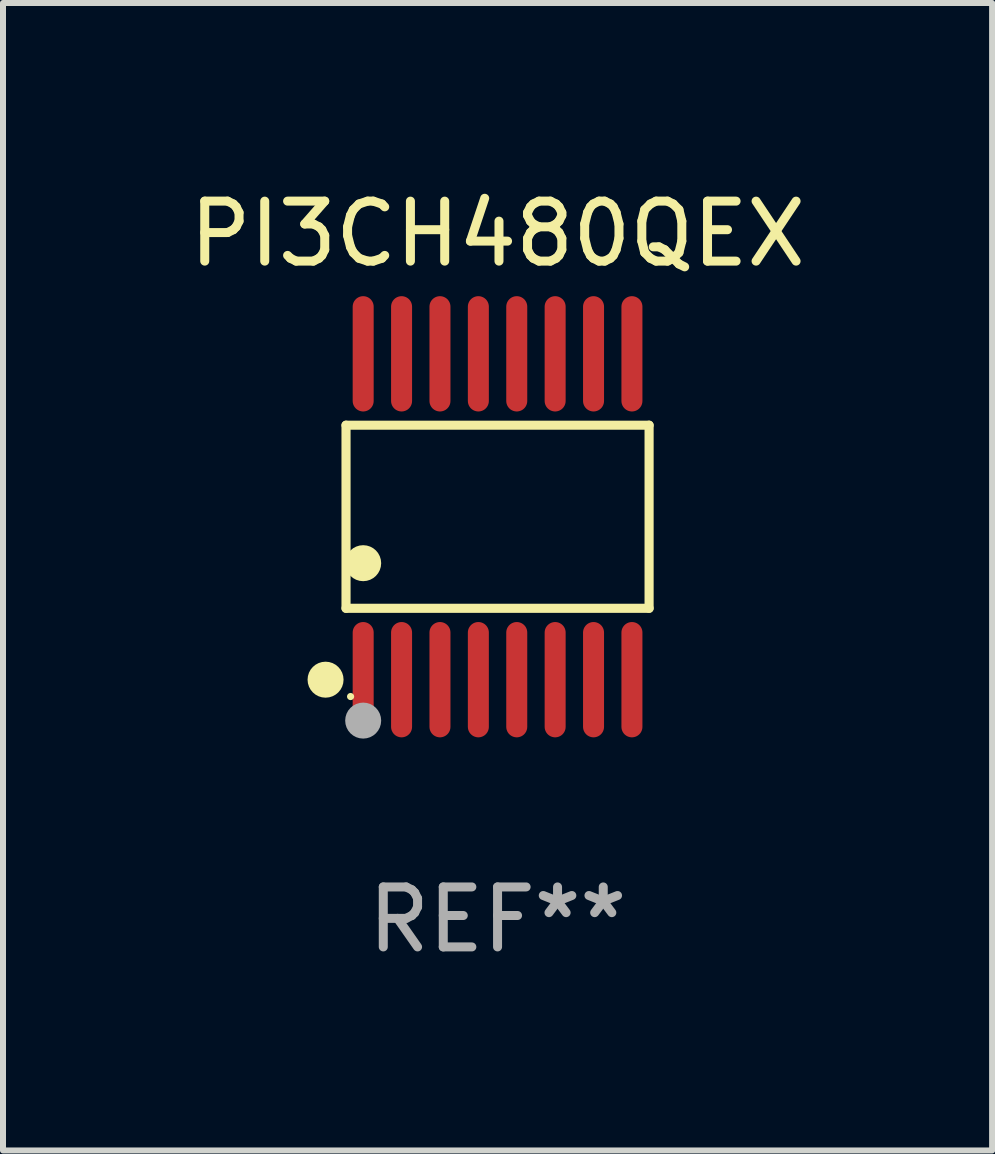
<source format=kicad_pcb>
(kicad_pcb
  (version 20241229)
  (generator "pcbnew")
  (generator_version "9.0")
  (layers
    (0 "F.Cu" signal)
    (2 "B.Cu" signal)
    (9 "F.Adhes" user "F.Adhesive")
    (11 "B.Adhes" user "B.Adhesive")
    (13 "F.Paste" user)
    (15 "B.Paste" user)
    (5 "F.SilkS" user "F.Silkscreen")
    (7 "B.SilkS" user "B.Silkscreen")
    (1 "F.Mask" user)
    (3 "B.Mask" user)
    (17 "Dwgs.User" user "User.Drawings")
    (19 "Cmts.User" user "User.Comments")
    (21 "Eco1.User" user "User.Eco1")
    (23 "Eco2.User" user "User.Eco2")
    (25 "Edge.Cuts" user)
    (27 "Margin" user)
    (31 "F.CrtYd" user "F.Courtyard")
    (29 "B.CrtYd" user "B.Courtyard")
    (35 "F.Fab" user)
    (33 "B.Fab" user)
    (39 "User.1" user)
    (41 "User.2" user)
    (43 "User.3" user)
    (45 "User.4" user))
  (footprint "PI3CH480QEX"
    (layer "F.Cu")
    (at 5.244 5.564)
    (property "Reference" "PI3CH480QEX" (at 0 -4.716 0) (layer "F.SilkS") (effects (font (size 1 1) (thickness 0.15))))
    (attr through_hole)
    (fp_line (start -2.526 -1.526) (end 2.526 -1.526) (stroke (width 0.152) (type solid)) (layer "F.SilkS"))
    (fp_line (start -2.526 1.526) (end -2.526 -1.526) (stroke (width 0.152) (type solid)) (layer "F.SilkS"))
    (fp_line (start 2.526 -1.526) (end 2.526 1.526) (stroke (width 0.152) (type solid)) (layer "F.SilkS"))
    (fp_line (start 2.526 1.526) (end -2.526 1.526) (stroke (width 0.152) (type solid)) (layer "F.SilkS"))
    (fp_circle (center -2.867 2.716) (end -2.717 2.716) (stroke (width 0.3) (type solid)) (fill no) (layer "F.SilkS"))
    (fp_circle (center -2.45 2.997) (end -2.42 2.997) (stroke (width 0.06) (type solid)) (fill no) (layer "F.SilkS"))
    (fp_circle (center -2.24 0.774) (end -2.09 0.774) (stroke (width 0.3) (type solid)) (fill no) (layer "F.SilkS"))
    (fp_circle (center -2.24 3.398) (end -2.09 3.398) (stroke (width 0.3) (type solid)) (fill no) (layer "F.Fab"))
    (fp_text user "REF**" (at 0 6.716 0) (layer "F.Fab") (effects (font (size 1 1) (thickness 0.15))))
    (pad "1" smd oval (at -2.24 2.716) (size 0.35 1.922) (layers "F.Cu" "F.Mask" "F.Paste"))
    (pad "2" smd oval (at -1.6 2.716) (size 0.35 1.922) (layers "F.Cu" "F.Mask" "F.Paste"))
    (pad "3" smd oval (at -0.96 2.716) (size 0.35 1.922) (layers "F.Cu" "F.Mask" "F.Paste"))
    (pad "4" smd oval (at -0.32 2.716) (size 0.35 1.922) (layers "F.Cu" "F.Mask" "F.Paste"))
    (pad "5" smd oval (at 0.32 2.716) (size 0.35 1.922) (layers "F.Cu" "F.Mask" "F.Paste"))
    (pad "6" smd oval (at 0.96 2.716) (size 0.35 1.922) (layers "F.Cu" "F.Mask" "F.Paste"))
    (pad "7" smd oval (at 1.6 2.716) (size 0.35 1.922) (layers "F.Cu" "F.Mask" "F.Paste"))
    (pad "8" smd oval (at 2.24 2.716) (size 0.35 1.922) (layers "F.Cu" "F.Mask" "F.Paste"))
    (pad "9" smd oval (at 2.24 -2.716) (size 0.35 1.922) (layers "F.Cu" "F.Mask" "F.Paste"))
    (pad "10" smd oval (at 1.6 -2.716) (size 0.35 1.922) (layers "F.Cu" "F.Mask" "F.Paste"))
    (pad "11" smd oval (at 0.96 -2.716) (size 0.35 1.922) (layers "F.Cu" "F.Mask" "F.Paste"))
    (pad "12" smd oval (at 0.32 -2.716) (size 0.35 1.922) (layers "F.Cu" "F.Mask" "F.Paste"))
    (pad "13" smd oval (at -0.32 -2.716) (size 0.35 1.922) (layers "F.Cu" "F.Mask" "F.Paste"))
    (pad "14" smd oval (at -0.96 -2.716) (size 0.35 1.922) (layers "F.Cu" "F.Mask" "F.Paste"))
    (pad "15" smd oval (at -1.6 -2.716) (size 0.35 1.922) (layers "F.Cu" "F.Mask" "F.Paste"))
    (pad "16" smd oval (at -2.24 -2.716) (size 0.35 1.922) (layers "F.Cu" "F.Mask" "F.Paste")))
  (gr_rect
    (start -3 -3)
    (end 13.488 16.128)
    (stroke (width 0.1) (type default))
    (fill no)
    (layer "Edge.Cuts")))
</source>
